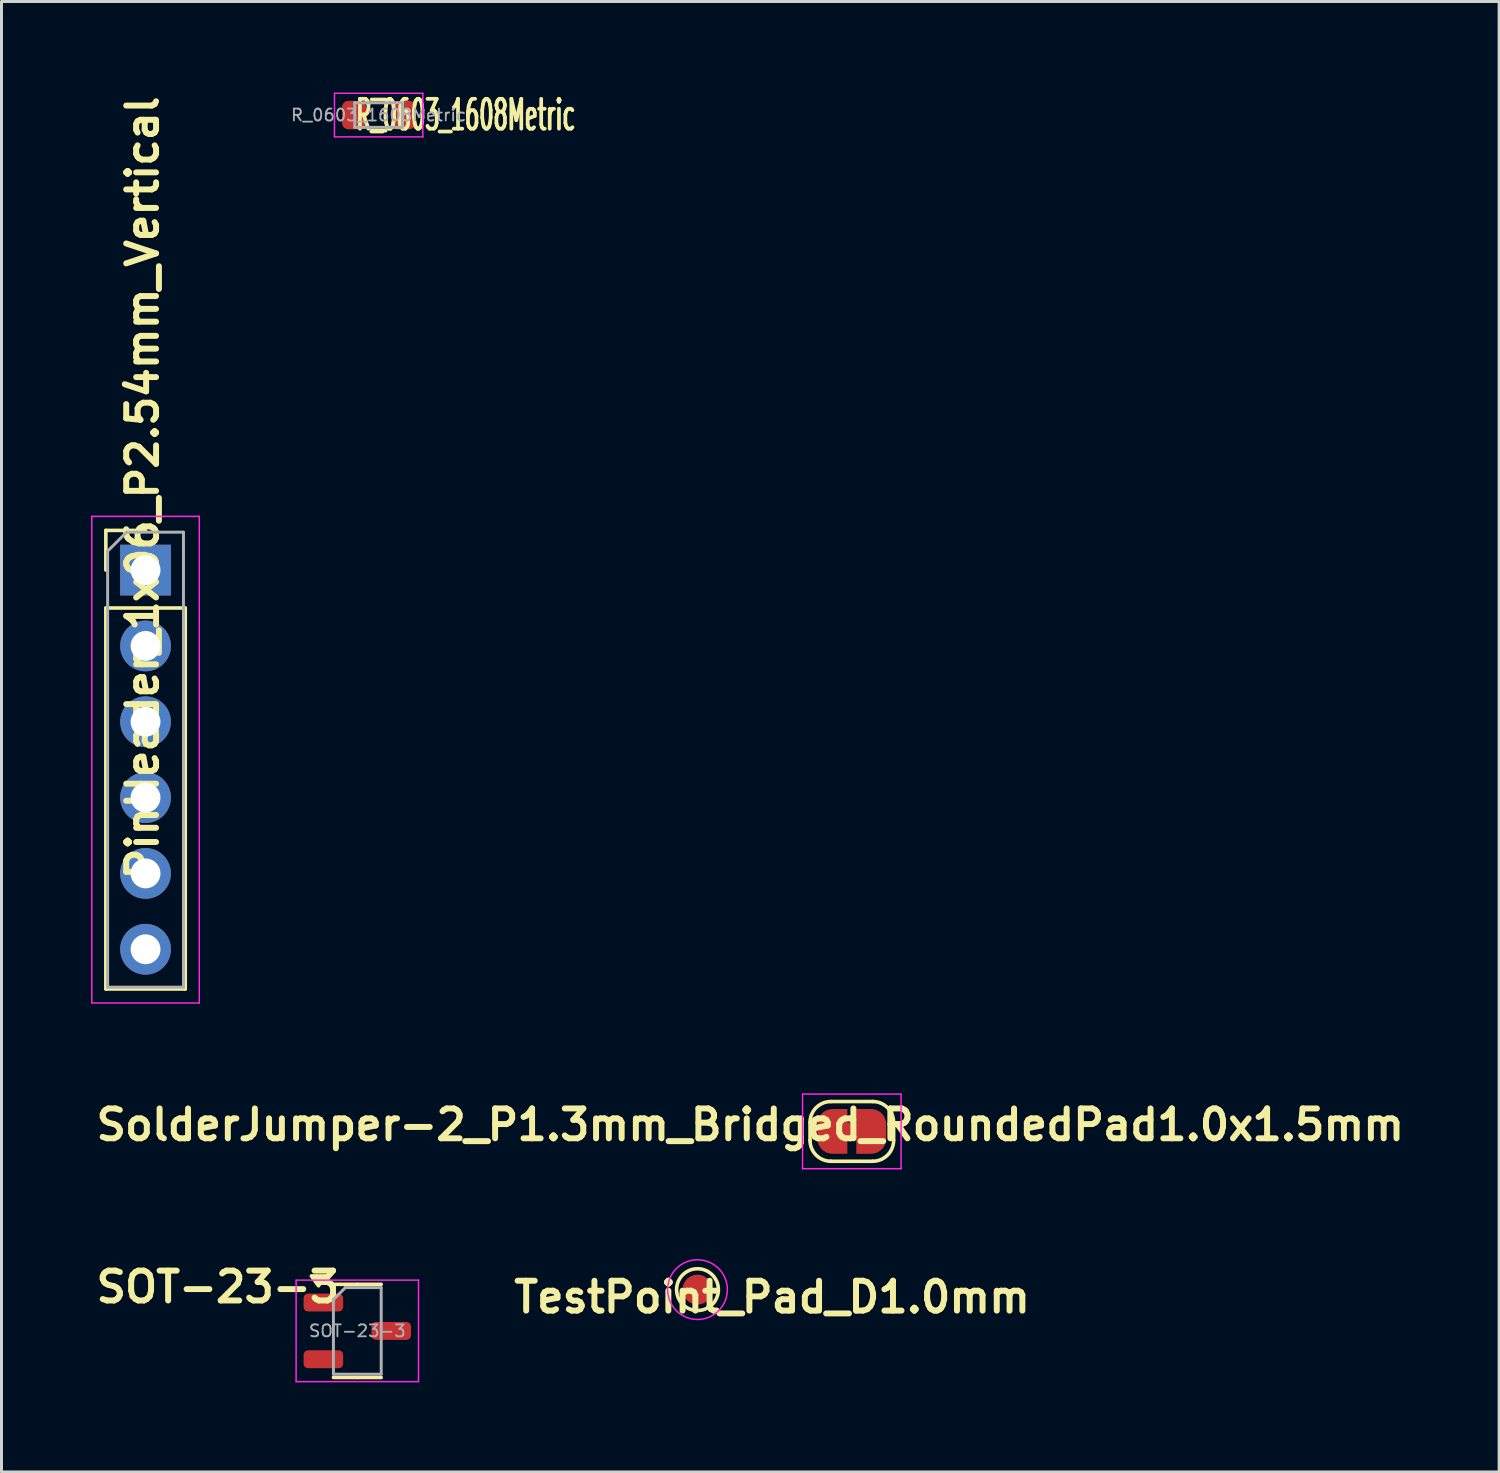
<source format=kicad_pcb>
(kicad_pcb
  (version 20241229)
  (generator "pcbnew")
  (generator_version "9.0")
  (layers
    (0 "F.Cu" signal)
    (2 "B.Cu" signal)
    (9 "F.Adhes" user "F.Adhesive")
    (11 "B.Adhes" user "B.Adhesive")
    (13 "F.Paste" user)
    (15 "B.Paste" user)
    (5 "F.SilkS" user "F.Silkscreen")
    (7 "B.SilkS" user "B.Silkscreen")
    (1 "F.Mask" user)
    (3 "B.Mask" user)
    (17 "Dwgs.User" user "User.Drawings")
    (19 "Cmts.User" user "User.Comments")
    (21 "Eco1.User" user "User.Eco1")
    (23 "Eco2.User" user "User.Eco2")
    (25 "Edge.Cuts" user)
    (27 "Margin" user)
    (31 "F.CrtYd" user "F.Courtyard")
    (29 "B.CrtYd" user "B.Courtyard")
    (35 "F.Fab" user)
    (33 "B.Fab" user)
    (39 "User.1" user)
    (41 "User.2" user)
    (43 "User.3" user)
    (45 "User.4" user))
  (footprint "PinHeader_1x06_P2.54mm_Vertical"
    (layer "F.Cu")
    (at 1.825 16.045)
    (property "Reference" "PinHeader_1x06_P2.54mm_Vertical" (at -0.1 -2.75 270) (layer "F.SilkS") (effects (font (size 1 1) (thickness 0.2) (bold yes))))
    (attr through_hole)
    (fp_line (start -1.33 -1.33) (end 0 -1.33) (stroke (width 0.12) (type solid)) (layer "F.SilkS"))
    (fp_line (start -1.33 0) (end -1.33 -1.33) (stroke (width 0.12) (type solid)) (layer "F.SilkS"))
    (fp_line (start -1.33 1.27) (end -1.33 14.03) (stroke (width 0.12) (type solid)) (layer "F.SilkS"))
    (fp_line (start -1.33 1.27) (end 1.33 1.27) (stroke (width 0.12) (type solid)) (layer "F.SilkS"))
    (fp_line (start -1.33 14.03) (end 1.33 14.03) (stroke (width 0.12) (type solid)) (layer "F.SilkS"))
    (fp_line (start 1.33 1.27) (end 1.33 14.03) (stroke (width 0.12) (type solid)) (layer "F.SilkS"))
    (fp_line (start -1.8 -1.8) (end -1.8 14.5) (stroke (width 0.05) (type solid)) (layer "F.CrtYd"))
    (fp_line (start -1.8 14.5) (end 1.8 14.5) (stroke (width 0.05) (type solid)) (layer "F.CrtYd"))
    (fp_line (start 1.8 -1.8) (end -1.8 -1.8) (stroke (width 0.05) (type solid)) (layer "F.CrtYd"))
    (fp_line (start 1.8 14.5) (end 1.8 -1.8) (stroke (width 0.05) (type solid)) (layer "F.CrtYd"))
    (fp_line (start -1.27 -0.635) (end -0.635 -1.27) (stroke (width 0.1) (type solid)) (layer "F.Fab"))
    (fp_line (start -1.27 13.97) (end -1.27 -0.635) (stroke (width 0.1) (type solid)) (layer "F.Fab"))
    (fp_line (start -0.635 -1.27) (end 1.27 -1.27) (stroke (width 0.1) (type solid)) (layer "F.Fab"))
    (fp_line (start 1.27 -1.27) (end 1.27 13.97) (stroke (width 0.1) (type solid)) (layer "F.Fab"))
    (fp_line (start 1.27 13.97) (end -1.27 13.97) (stroke (width 0.1) (type solid)) (layer "F.Fab"))
    (pad "1" thru_hole rect (at 0 0) (size 1.7 1.7) (drill 1) (layers "*.Cu" "*.Mask"))
    (pad "2" thru_hole oval (at 0 2.54) (size 1.7 1.7) (drill 1) (layers "*.Cu" "*.Mask"))
    (pad "3" thru_hole oval (at 0 5.08) (size 1.7 1.7) (drill 1) (layers "*.Cu" "*.Mask"))
    (pad "4" thru_hole oval (at 0 7.62) (size 1.7 1.7) (drill 1) (layers "*.Cu" "*.Mask"))
    (pad "5" thru_hole oval (at 0 10.16) (size 1.7 1.7) (drill 1) (layers "*.Cu" "*.Mask"))
    (pad "6" thru_hole oval (at 0 12.7) (size 1.7 1.7) (drill 1) (layers "*.Cu" "*.Mask")))
  (footprint "TestPoint_Pad_D1.0mm"
    (layer "F.Cu")
    (at 20.312 40.145)
    (property "Reference" "TestPoint_Pad_D1.0mm" (at 2.5 0.25 0) (layer "F.SilkS") (effects (font (size 1 1) (thickness 0.2) (bold yes))))
    (attr exclude_from_pos_files)
    (fp_circle (center 0 0) (end 0 0.7) (stroke (width 0.12) (type solid)) (fill no) (layer "F.SilkS"))
    (fp_circle (center 0 0) (end 1 0) (stroke (width 0.05) (type solid)) (fill no) (layer "F.CrtYd"))
    (pad "1" smd circle (at 0 0) (size 1 1) (layers "F.Cu" "F.Mask")))
  (footprint "R_0603_1608Metric"
    (layer "F.Cu")
    (at 9.633 0.804)
    (property "Reference" "R_0603_1608Metric" (at 2.92 0 180) (layer "F.SilkS") (effects (font (size 1 0.5) (thickness 0.153))))
    (attr smd)
    (fp_line (start -0.237 -0.522) (end 0.237 -0.522) (stroke (width 0.12) (type solid)) (layer "F.SilkS"))
    (fp_line (start -0.237 0.522) (end 0.237 0.522) (stroke (width 0.12) (type solid)) (layer "F.SilkS"))
    (fp_line (start -1.48 -0.73) (end 1.48 -0.73) (stroke (width 0.05) (type solid)) (layer "F.CrtYd"))
    (fp_line (start -1.48 0.73) (end -1.48 -0.73) (stroke (width 0.05) (type solid)) (layer "F.CrtYd"))
    (fp_line (start 1.48 -0.73) (end 1.48 0.73) (stroke (width 0.05) (type solid)) (layer "F.CrtYd"))
    (fp_line (start 1.48 0.73) (end -1.48 0.73) (stroke (width 0.05) (type solid)) (layer "F.CrtYd"))
    (fp_line (start -0.8 -0.412) (end 0.8 -0.412) (stroke (width 0.1) (type solid)) (layer "F.Fab"))
    (fp_line (start -0.8 0.412) (end -0.8 -0.412) (stroke (width 0.1) (type solid)) (layer "F.Fab"))
    (fp_line (start 0.8 -0.412) (end 0.8 0.412) (stroke (width 0.1) (type solid)) (layer "F.Fab"))
    (fp_line (start 0.8 0.412) (end -0.8 0.412) (stroke (width 0.1) (type solid)) (layer "F.Fab"))
    (fp_text user "${REFERENCE}" (at 0 0 0) (layer "F.Fab") (effects (font (size 0.4 0.4) (thickness 0.06))))
    (pad "1" smd roundrect (at -0.825 0) (size 0.8 0.95) (layers "F.Cu" "F.Mask" "F.Paste") (roundrect_rratio 0.25))
    (pad "2" smd roundrect (at 0.825 0) (size 0.8 0.95) (layers "F.Cu" "F.Mask" "F.Paste") (roundrect_rratio 0.25)))
  (footprint "SOT-23-3"
    (layer "F.Cu")
    (at 8.918 41.527)
    (property "Reference" "SOT-23-3" (at -4.67 -1.471 180) (layer "F.SilkS") (effects (font (size 1 1) (thickness 0.2) (bold yes))))
    (attr smd)
    (fp_line (start 0 -1.56) (end -0.8 -1.56) (stroke (width 0.12) (type solid)) (layer "F.SilkS"))
    (fp_line (start 0 -1.56) (end 0.8 -1.56) (stroke (width 0.12) (type solid)) (layer "F.SilkS"))
    (fp_line (start 0 1.56) (end -0.8 1.56) (stroke (width 0.12) (type solid)) (layer "F.SilkS"))
    (fp_line (start 0 1.56) (end 0.8 1.56) (stroke (width 0.12) (type solid)) (layer "F.SilkS"))
    (fp_poly (pts (xy -1.3 -1.51) (xy -1.54 -1.84) (xy -1.06 -1.84) (xy -1.3 -1.51)) (stroke (width 0.12) (type solid)) (fill yes) (layer "F.SilkS"))
    (fp_line (start -2.05 -1.7) (end -2.05 1.7) (stroke (width 0.05) (type solid)) (layer "F.CrtYd"))
    (fp_line (start -2.05 1.7) (end 2.05 1.7) (stroke (width 0.05) (type solid)) (layer "F.CrtYd"))
    (fp_line (start 2.05 -1.7) (end -2.05 -1.7) (stroke (width 0.05) (type solid)) (layer "F.CrtYd"))
    (fp_line (start 2.05 1.7) (end 2.05 -1.7) (stroke (width 0.05) (type solid)) (layer "F.CrtYd"))
    (fp_line (start -0.8 -1.05) (end -0.4 -1.45) (stroke (width 0.1) (type solid)) (layer "F.Fab"))
    (fp_line (start -0.8 1.45) (end -0.8 -1.05) (stroke (width 0.1) (type solid)) (layer "F.Fab"))
    (fp_line (start -0.4 -1.45) (end 0.8 -1.45) (stroke (width 0.1) (type solid)) (layer "F.Fab"))
    (fp_line (start 0.8 -1.45) (end 0.8 1.45) (stroke (width 0.1) (type solid)) (layer "F.Fab"))
    (fp_line (start 0.8 1.45) (end -0.8 1.45) (stroke (width 0.1) (type solid)) (layer "F.Fab"))
    (fp_text user "${REFERENCE}" (at 0 0 180) (layer "F.Fab") (effects (font (size 0.4 0.4) (thickness 0.06))))
    (pad "1" smd roundrect (at -1.137 -0.95) (size 1.325 0.6) (layers "F.Cu" "F.Mask" "F.Paste") (roundrect_rratio 0.25))
    (pad "2" smd roundrect (at -1.137 0.95) (size 1.325 0.6) (layers "F.Cu" "F.Mask" "F.Paste") (roundrect_rratio 0.25))
    (pad "3" smd roundrect (at 1.137 0) (size 1.325 0.6) (layers "F.Cu" "F.Mask" "F.Paste") (roundrect_rratio 0.25)))
  (footprint "SolderJumper-2_P1.3mm_Bridged_RoundedPad1.0x1.5mm"
    (layer "F.Cu")
    (at 25.481 34.845)
    (property "Reference" "SolderJumper-2_P1.3mm_Bridged_RoundedPad1.0x1.5mm" (at -3.4 -0.221 180) (layer "F.SilkS") (effects (font (size 1 1) (thickness 0.2) (bold yes))))
    (attr exclude_from_pos_files exclude_from_bom)
    (fp_poly (pts (xy 0.25 -0.3) (xy -0.25 -0.3) (xy -0.25 0.3) (xy 0.25 0.3)) (stroke (width 0) (type solid)) (fill yes) (layer "F.Cu"))
    (fp_line (start -1.4 0.3) (end -1.4 -0.3) (stroke (width 0.12) (type solid)) (layer "F.SilkS"))
    (fp_line (start -0.7 -1) (end 0.7 -1) (stroke (width 0.12) (type solid)) (layer "F.SilkS"))
    (fp_line (start 0.7 1) (end -0.7 1) (stroke (width 0.12) (type solid)) (layer "F.SilkS"))
    (fp_line (start 1.4 -0.3) (end 1.4 0.3) (stroke (width 0.12) (type solid)) (layer "F.SilkS"))
    (fp_arc (start -1.4 -0.3) (mid -1.194975 -0.794975) (end -0.7 -1) (stroke (width 0.12) (type solid)) (layer "F.SilkS"))
    (fp_arc (start -0.7 1) (mid -1.194975 0.794975) (end -1.4 0.3) (stroke (width 0.12) (type solid)) (layer "F.SilkS"))
    (fp_arc (start 0.7 -1) (mid 1.194975 -0.794975) (end 1.4 -0.3) (stroke (width 0.12) (type solid)) (layer "F.SilkS"))
    (fp_arc (start 1.4 0.3) (mid 1.194975 0.794975) (end 0.7 1) (stroke (width 0.12) (type solid)) (layer "F.SilkS"))
    (fp_line (start -1.65 -1.25) (end -1.65 1.25) (stroke (width 0.05) (type solid)) (layer "F.CrtYd"))
    (fp_line (start -1.65 -1.25) (end 1.65 -1.25) (stroke (width 0.05) (type solid)) (layer "F.CrtYd"))
    (fp_line (start 1.65 1.25) (end -1.65 1.25) (stroke (width 0.05) (type solid)) (layer "F.CrtYd"))
    (fp_line (start 1.65 1.25) (end 1.65 -1.25) (stroke (width 0.05) (type solid)) (layer "F.CrtYd"))
    (pad "1" smd custom (at -0.65 0) (size 1 0.5) (layers "F.Cu" "F.Mask") (options (anchor rect)) (primitives (gr_circle (center 0 0.25) (end 0.5 0.25) (width 0) (fill yes)) (gr_circle (center 0 -0.25) (end 0.5 -0.25) (width 0) (fill yes)) (gr_poly (pts (xy 0.5 0.75) (xy 0 0.75) (xy 0 -0.75) (xy 0.5 -0.75)) (width 0) (fill yes))))
    (pad "2" smd custom (at 0.65 0) (size 1 0.5) (layers "F.Cu" "F.Mask") (options (anchor rect)) (primitives (gr_circle (center 0 0.25) (end 0.5 0.25) (width 0) (fill yes)) (gr_circle (center 0 -0.25) (end 0.5 -0.25) (width 0) (fill yes)) (gr_poly (pts (xy 0 0.75) (xy -0.5 0.75) (xy -0.5 -0.75) (xy 0 -0.75)) (width 0) (fill yes)))))
  (gr_rect
    (start -3 -3)
    (end 47.162 46.252)
    (stroke (width 0.1) (type default))
    (fill no)
    (layer "Edge.Cuts")))
</source>
